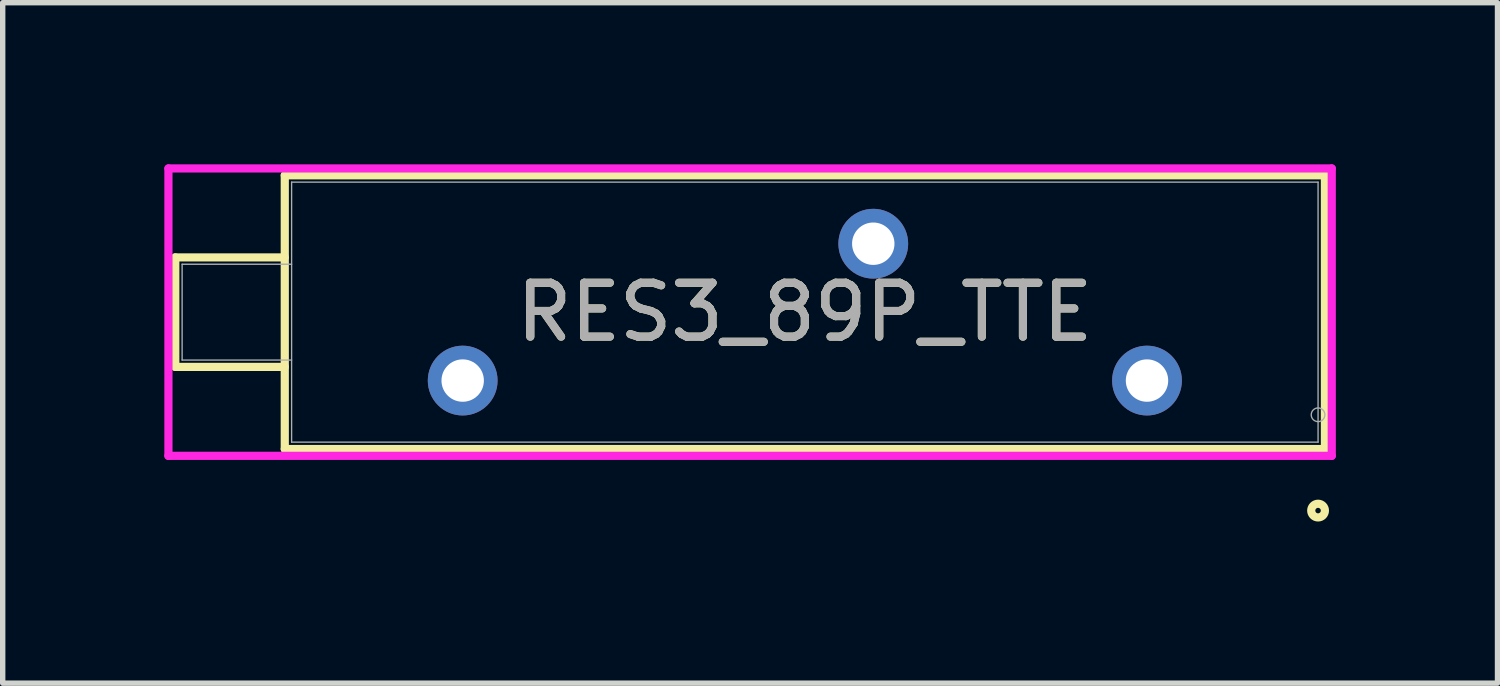
<source format=kicad_pcb>
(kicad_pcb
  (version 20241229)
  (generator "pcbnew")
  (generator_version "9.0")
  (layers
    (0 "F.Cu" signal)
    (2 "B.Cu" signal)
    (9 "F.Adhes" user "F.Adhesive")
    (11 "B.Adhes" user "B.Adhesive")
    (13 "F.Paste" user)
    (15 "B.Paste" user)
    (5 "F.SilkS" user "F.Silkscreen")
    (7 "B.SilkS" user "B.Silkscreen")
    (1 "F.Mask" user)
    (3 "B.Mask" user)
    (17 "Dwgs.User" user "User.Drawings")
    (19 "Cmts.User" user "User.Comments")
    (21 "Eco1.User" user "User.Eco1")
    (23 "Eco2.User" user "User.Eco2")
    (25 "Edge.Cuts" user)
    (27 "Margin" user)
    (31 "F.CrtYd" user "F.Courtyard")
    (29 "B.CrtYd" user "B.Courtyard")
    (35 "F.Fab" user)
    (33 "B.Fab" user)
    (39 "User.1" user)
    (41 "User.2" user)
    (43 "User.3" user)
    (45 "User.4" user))
  (footprint "RES3_89P_TTE"
    (layer "F.Cu")
    (at 5.537 4.013)
    (property "Reference" "RES3_89P_TTE" (at 6.35 -1.27 0) (unlocked yes) (layer "F.SilkS") (effects (font (size 1 1) (thickness 0.15))))
    (attr through_hole)
    (fp_line (start -5.334 -2.286) (end -5.334 -0.254) (stroke (width 0.152) (type solid)) (layer "F.SilkS"))
    (fp_line (start -5.334 -0.254) (end -3.302 -0.254) (stroke (width 0.152) (type solid)) (layer "F.SilkS"))
    (fp_line (start -3.302 -3.81) (end -3.302 1.27) (stroke (width 0.152) (type solid)) (layer "F.SilkS"))
    (fp_line (start -3.302 -2.286) (end -5.334 -2.286) (stroke (width 0.152) (type solid)) (layer "F.SilkS"))
    (fp_line (start -3.302 1.27) (end 16.002 1.27) (stroke (width 0.152) (type solid)) (layer "F.SilkS"))
    (fp_line (start 16.002 -3.81) (end -3.302 -3.81) (stroke (width 0.152) (type solid)) (layer "F.SilkS"))
    (fp_line (start 16.002 1.27) (end 16.002 -3.81) (stroke (width 0.152) (type solid)) (layer "F.SilkS"))
    (fp_circle (center 15.875 2.413) (end 16.002 2.413) (stroke (width 0.152) (type solid)) (fill no) (layer "F.SilkS"))
    (fp_line (start -5.461 -3.937) (end 16.129 -3.937) (stroke (width 0.152) (type solid)) (layer "F.CrtYd"))
    (fp_line (start -5.461 1.397) (end -5.461 -3.937) (stroke (width 0.152) (type solid)) (layer "F.CrtYd"))
    (fp_line (start 16.129 -3.937) (end 16.129 1.397) (stroke (width 0.152) (type solid)) (layer "F.CrtYd"))
    (fp_line (start 16.129 1.397) (end -5.461 1.397) (stroke (width 0.152) (type solid)) (layer "F.CrtYd"))
    (fp_line (start -5.207 -2.159) (end -5.207 -0.381) (stroke (width 0.025) (type solid)) (layer "F.Fab"))
    (fp_line (start -5.207 -0.381) (end -3.175 -0.381) (stroke (width 0.025) (type solid)) (layer "F.Fab"))
    (fp_line (start -3.175 -3.683) (end -3.175 1.143) (stroke (width 0.025) (type solid)) (layer "F.Fab"))
    (fp_line (start -3.175 -2.159) (end -5.207 -2.159) (stroke (width 0.025) (type solid)) (layer "F.Fab"))
    (fp_line (start -3.175 1.143) (end 15.875 1.143) (stroke (width 0.025) (type solid)) (layer "F.Fab"))
    (fp_line (start 15.875 -3.683) (end -3.175 -3.683) (stroke (width 0.025) (type solid)) (layer "F.Fab"))
    (fp_line (start 15.875 1.143) (end 15.875 -3.683) (stroke (width 0.025) (type solid)) (layer "F.Fab"))
    (fp_circle (center 15.875 0.635) (end 16.002 0.635) (stroke (width 0.025) (type solid)) (fill no) (layer "F.Fab"))
    (fp_text user "${REFERENCE}" (at 6.35 -1.27 0) (unlocked yes) (layer "F.Fab") (effects (font (size 1 1) (thickness 0.15))))
    (pad "1" thru_hole circle (at 12.7 0) (size 1.295 1.295) (drill 0.787) (layers "*.Cu" "*.Mask"))
    (pad "2" thru_hole circle (at 7.62 -2.54) (size 1.295 1.295) (drill 0.787) (layers "*.Cu" "*.Mask"))
    (pad "3" thru_hole circle (at 0 0) (size 1.295 1.295) (drill 0.787) (layers "*.Cu" "*.Mask")))
  (gr_rect
    (start -3 -3)
    (end 24.742 9.629)
    (stroke (width 0.1) (type default))
    (fill no)
    (layer "Edge.Cuts")))
</source>
